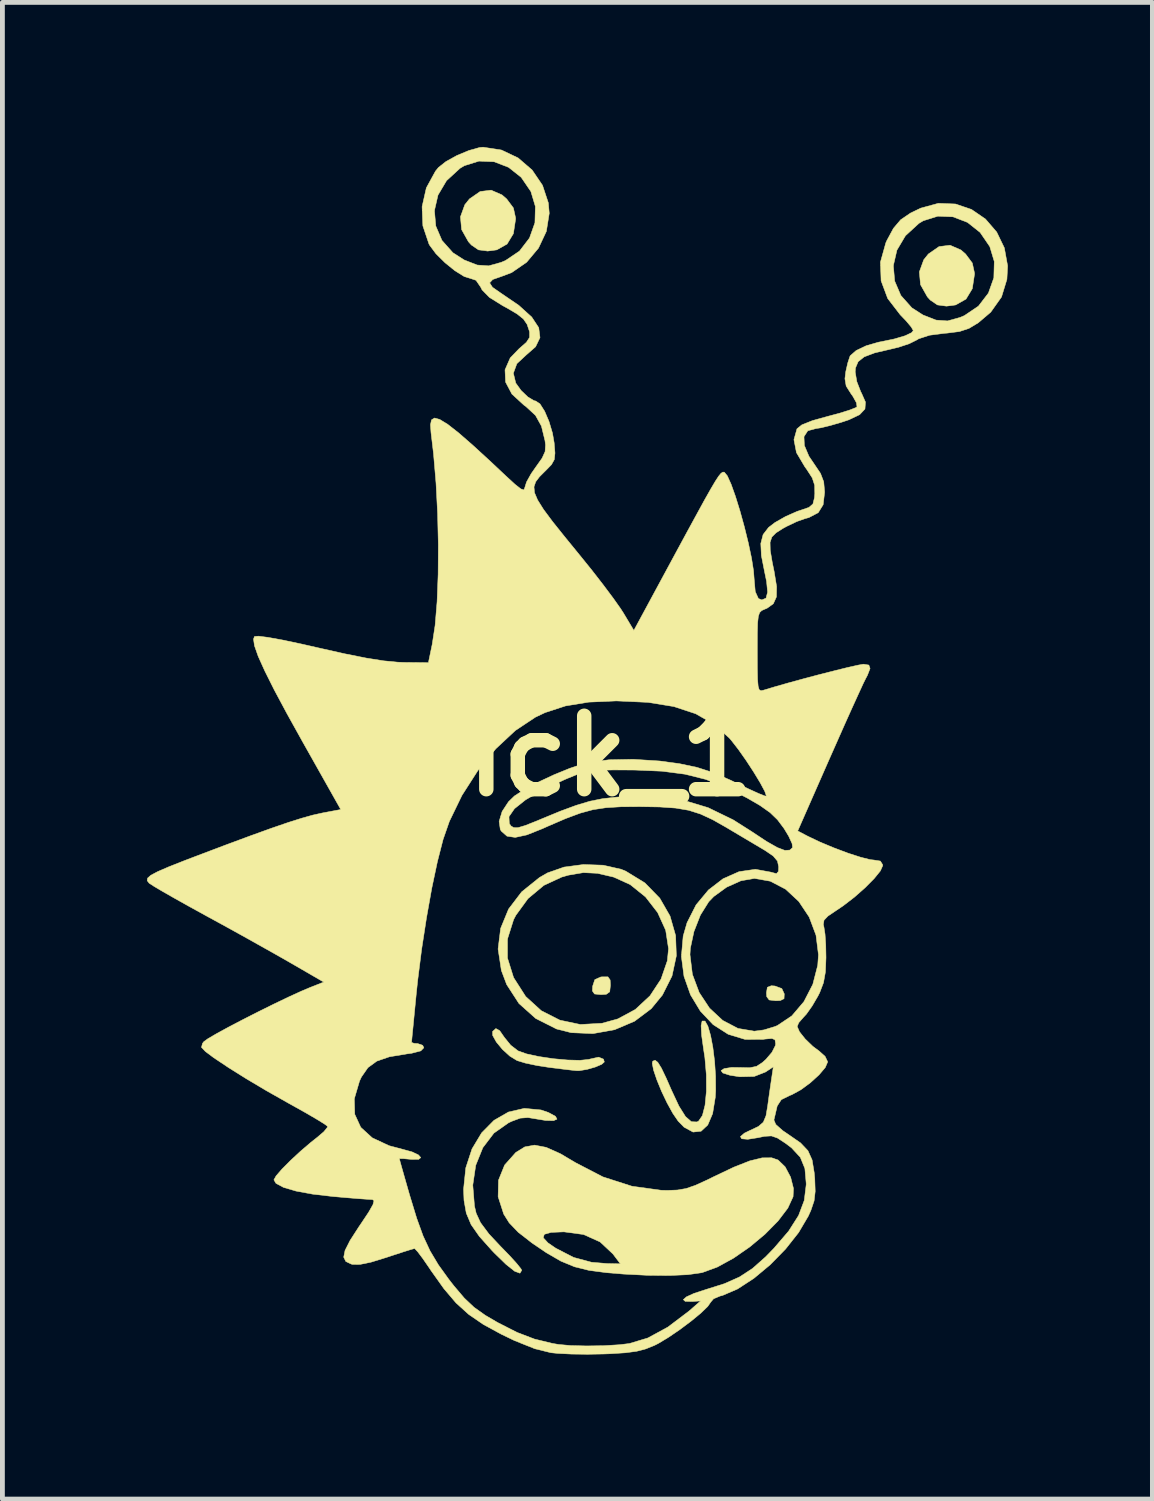
<source format=kicad_pcb>
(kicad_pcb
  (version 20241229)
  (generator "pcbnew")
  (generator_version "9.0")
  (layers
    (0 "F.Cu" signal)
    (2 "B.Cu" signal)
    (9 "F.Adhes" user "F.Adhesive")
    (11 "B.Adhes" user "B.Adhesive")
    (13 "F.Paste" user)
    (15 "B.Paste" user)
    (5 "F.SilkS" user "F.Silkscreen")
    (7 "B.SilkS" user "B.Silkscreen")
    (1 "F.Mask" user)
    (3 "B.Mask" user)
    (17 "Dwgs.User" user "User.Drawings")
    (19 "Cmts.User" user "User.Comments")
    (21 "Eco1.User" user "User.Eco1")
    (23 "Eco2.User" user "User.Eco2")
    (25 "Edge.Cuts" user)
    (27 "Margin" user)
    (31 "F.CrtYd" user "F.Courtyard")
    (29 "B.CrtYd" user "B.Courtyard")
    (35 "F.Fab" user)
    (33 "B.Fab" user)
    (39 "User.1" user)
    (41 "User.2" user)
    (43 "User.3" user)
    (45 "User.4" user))
  (footprint "Rick_1"
    (layer "F.Cu")
    (at 8.858 12.641)
    (property "Reference" "Rick_1" (at 0 0 0) (layer "F.SilkS") (effects (font (size 1.524 1.524) (thickness 0.3))))
    (attr through_hole)
    (fp_poly (pts (xy 4.175 4.774) (xy 4.319 4.827) (xy 4.37 4.937) (xy 4.365 5.038) (xy 4.288 5.076) (xy 4.195 5.08) (xy 4.057 5.064) (xy 4.006 4.995) (xy 4 4.917) (xy 4.019 4.801) (xy 4.1 4.769) (xy 4.175 4.774)) (stroke (width 0.01) (type solid)) (fill yes) (layer "F.SilkS"))
    (fp_poly (pts (xy 0.71 4.584) (xy 0.756 4.649) (xy 0.762 4.758) (xy 0.747 4.895) (xy 0.676 4.946) (xy 0.567 4.953) (xy 0.432 4.94) (xy 0.388 4.877) (xy 0.393 4.778) (xy 0.438 4.642) (xy 0.558 4.588) (xy 0.587 4.584) (xy 0.71 4.584)) (stroke (width 0.01) (type solid)) (fill yes) (layer "F.SilkS"))
    (fp_poly (pts (xy -1.489 -11.646) (xy -1.392 -11.562) (xy -1.252 -11.375) (xy -1.207 -11.169) (xy -1.206 -11.145) (xy -1.252 -10.842) (xy -1.383 -10.626) (xy -1.597 -10.505) (xy -1.788 -10.48) (xy -1.976 -10.505) (xy -2.124 -10.606) (xy -2.185 -10.673) (xy -2.327 -10.926) (xy -2.351 -11.191) (xy -2.26 -11.442) (xy -2.164 -11.562) (xy -1.942 -11.716) (xy -1.714 -11.744) (xy -1.489 -11.646)) (stroke (width 0.01) (type solid)) (fill yes) (layer "F.SilkS"))
    (fp_poly (pts (xy 8.036 -10.503) (xy 8.133 -10.419) (xy 8.273 -10.232) (xy 8.318 -10.026) (xy 8.319 -10.002) (xy 8.273 -9.699) (xy 8.142 -9.483) (xy 7.928 -9.362) (xy 7.737 -9.337) (xy 7.549 -9.362) (xy 7.401 -9.463) (xy 7.34 -9.53) (xy 7.198 -9.783) (xy 7.174 -10.048) (xy 7.265 -10.299) (xy 7.361 -10.419) (xy 7.583 -10.573) (xy 7.811 -10.601) (xy 8.036 -10.503)) (stroke (width 0.01) (type solid)) (fill yes) (layer "F.SilkS"))
    (fp_poly (pts (xy -1.537 5.701) (xy -1.439 5.842) (xy -1.308 6.003) (xy -1.155 6.121) (xy -0.977 6.184) (xy -0.721 6.239) (xy -0.426 6.283) (xy -0.13 6.31) (xy 0.129 6.317) (xy 0.312 6.298) (xy 0.341 6.29) (xy 0.517 6.251) (xy 0.618 6.292) (xy 0.635 6.351) (xy 0.58 6.4) (xy 0.445 6.457) (xy 0.277 6.505) (xy 0.12 6.531) (xy 0.064 6.532) (xy -0.043 6.521) (xy -0.237 6.498) (xy -0.477 6.468) (xy -0.503 6.465) (xy -0.767 6.424) (xy -1.008 6.373) (xy -1.175 6.322) (xy -1.177 6.321) (xy -1.327 6.229) (xy -1.479 6.09) (xy -1.606 5.937) (xy -1.682 5.8) (xy -1.684 5.718) (xy -1.616 5.657) (xy -1.537 5.701)) (stroke (width 0.01) (type solid)) (fill yes) (layer "F.SilkS"))
    (fp_poly (pts (xy -0.679 7.347) (xy -0.526 7.399) (xy -0.379 7.479) (xy -0.347 7.538) (xy -0.419 7.569) (xy -0.583 7.565) (xy -0.736 7.54) (xy -0.949 7.505) (xy -1.11 7.517) (xy -1.288 7.583) (xy -1.355 7.615) (xy -1.657 7.828) (xy -1.886 8.129) (xy -2.034 8.496) (xy -2.095 8.907) (xy -2.06 9.341) (xy -2.025 9.491) (xy -1.935 9.686) (xy -1.759 9.922) (xy -1.517 10.18) (xy -1.33 10.372) (xy -1.183 10.534) (xy -1.095 10.644) (xy -1.079 10.675) (xy -1.116 10.735) (xy -1.225 10.695) (xy -1.403 10.554) (xy -1.648 10.316) (xy -1.702 10.259) (xy -1.959 9.971) (xy -2.13 9.726) (xy -2.23 9.488) (xy -2.277 9.224) (xy -2.286 8.991) (xy -2.24 8.548) (xy -2.111 8.155) (xy -1.911 7.822) (xy -1.655 7.563) (xy -1.355 7.39) (xy -1.025 7.314) (xy -0.679 7.347)) (stroke (width 0.01) (type solid)) (fill yes) (layer "F.SilkS"))
    (fp_poly (pts (xy 2.725 5.502) (xy 2.785 5.608) (xy 2.84 5.797) (xy 2.888 6.048) (xy 2.924 6.338) (xy 2.944 6.645) (xy 2.946 6.948) (xy 2.938 7.086) (xy 2.883 7.423) (xy 2.782 7.659) (xy 2.644 7.788) (xy 2.477 7.806) (xy 2.291 7.705) (xy 2.167 7.578) (xy 2.057 7.417) (xy 1.938 7.201) (xy 1.823 6.96) (xy 1.726 6.723) (xy 1.657 6.519) (xy 1.63 6.379) (xy 1.64 6.335) (xy 1.689 6.315) (xy 1.745 6.358) (xy 1.82 6.479) (xy 1.922 6.692) (xy 2.028 6.934) (xy 2.184 7.267) (xy 2.32 7.484) (xy 2.442 7.591) (xy 2.557 7.596) (xy 2.591 7.579) (xy 2.671 7.463) (xy 2.726 7.248) (xy 2.754 6.959) (xy 2.753 6.621) (xy 2.722 6.26) (xy 2.697 6.098) (xy 2.655 5.8) (xy 2.644 5.596) (xy 2.665 5.501) (xy 2.725 5.502)) (stroke (width 0.01) (type solid)) (fill yes) (layer "F.SilkS"))
    (fp_poly (pts (xy 0.611 2.267) (xy 0.982 2.351) (xy 1.079 2.39) (xy 1.478 2.635) (xy 1.786 2.951) (xy 1.999 3.322) (xy 2.115 3.727) (xy 2.13 4.148) (xy 2.04 4.566) (xy 1.841 4.962) (xy 1.609 5.245) (xy 1.262 5.506) (xy 0.849 5.681) (xy 0.4 5.762) (xy -0.052 5.743) (xy -0.357 5.666) (xy -0.789 5.448) (xy -1.137 5.137) (xy -1.392 4.743) (xy -1.502 4.451) (xy -1.541 4.194) (xy -1.375 4.194) (xy -1.25 4.594) (xy -1.245 4.604) (xy -0.997 4.992) (xy -0.672 5.288) (xy -0.288 5.483) (xy 0.137 5.573) (xy 0.587 5.548) (xy 0.916 5.457) (xy 1.279 5.261) (xy 1.584 4.977) (xy 1.812 4.631) (xy 1.943 4.251) (xy 1.968 4) (xy 1.909 3.617) (xy 1.742 3.25) (xy 1.49 2.925) (xy 1.172 2.669) (xy 0.83 2.514) (xy 0.492 2.435) (xy 0.2 2.421) (xy -0.107 2.473) (xy -0.246 2.512) (xy -0.621 2.686) (xy -0.949 2.96) (xy -1.202 3.308) (xy -1.248 3.397) (xy -1.375 3.799) (xy -1.375 4.194) (xy -1.541 4.194) (xy -1.57 4.007) (xy -1.517 3.578) (xy -1.352 3.177) (xy -1.08 2.82) (xy -0.71 2.522) (xy -0.543 2.426) (xy -0.201 2.306) (xy 0.2 2.253) (xy 0.611 2.267)) (stroke (width 0.01) (type solid)) (fill yes) (layer "F.SilkS"))
    (fp_poly (pts (xy -0.573 8.123) (xy -0.279 8.254) (xy 0.039 8.442) (xy 0.605 8.736) (xy 1.208 8.93) (xy 1.816 9.014) (xy 1.943 9.017) (xy 2.15 9.009) (xy 2.332 8.978) (xy 2.526 8.911) (xy 2.774 8.798) (xy 2.901 8.735) (xy 3.322 8.535) (xy 3.654 8.404) (xy 3.912 8.341) (xy 4.11 8.34) (xy 4.242 8.386) (xy 4.388 8.527) (xy 4.502 8.742) (xy 4.561 8.976) (xy 4.553 9.148) (xy 4.444 9.384) (xy 4.242 9.65) (xy 3.971 9.925) (xy 3.655 10.189) (xy 3.317 10.423) (xy 2.982 10.607) (xy 2.674 10.72) (xy 2.648 10.726) (xy 2.367 10.766) (xy 1.986 10.783) (xy 1.531 10.779) (xy 1.027 10.753) (xy 0.678 10.724) (xy 0.319 10.677) (xy 0.017 10.602) (xy -0.266 10.485) (xy -0.57 10.309) (xy -0.866 10.108) (xy -1.005 9.999) (xy -0.633 9.999) (xy -0.534 10.106) (xy -0.374 10.216) (xy -0.002 10.408) (xy 0.37 10.508) (xy 0.691 10.535) (xy 0.969 10.541) (xy 0.813 10.335) (xy 0.547 10.086) (xy 0.204 9.932) (xy -0.203 9.877) (xy -0.469 9.888) (xy -0.611 9.928) (xy -0.633 9.999) (xy -1.005 9.999) (xy -1.149 9.888) (xy -1.339 9.69) (xy -1.453 9.508) (xy -1.569 9.147) (xy -1.561 8.804) (xy -1.434 8.49) (xy -1.202 8.229) (xy -1.016 8.114) (xy -0.813 8.077) (xy -0.573 8.123)) (stroke (width 0.01) (type solid)) (fill yes) (layer "F.SilkS"))
    (fp_poly (pts (xy -1.499 -12.577) (xy -1.154 -12.413) (xy -0.863 -12.162) (xy -0.648 -11.845) (xy -0.527 -11.48) (xy -0.508 -11.264) (xy -0.568 -10.889) (xy -0.731 -10.542) (xy -0.977 -10.248) (xy -1.287 -10.034) (xy -1.495 -9.955) (xy -1.681 -9.89) (xy -1.745 -9.82) (xy -1.687 -9.729) (xy -1.531 -9.62) (xy -1.141 -9.354) (xy -0.872 -9.111) (xy -0.726 -8.889) (xy -0.7 -8.684) (xy -0.792 -8.493) (xy -0.984 -8.325) (xy -1.18 -8.143) (xy -1.253 -7.945) (xy -1.203 -7.74) (xy -1.092 -7.586) (xy -0.951 -7.451) (xy -0.822 -7.374) (xy -0.79 -7.368) (xy -0.701 -7.309) (xy -0.604 -7.156) (xy -0.513 -6.943) (xy -0.441 -6.702) (xy -0.406 -6.5) (xy -0.389 -6.287) (xy -0.403 -6.153) (xy -0.462 -6.047) (xy -0.583 -5.922) (xy -0.597 -5.909) (xy -0.711 -5.795) (xy -0.789 -5.692) (xy -0.825 -5.586) (xy -0.814 -5.465) (xy -0.75 -5.314) (xy -0.628 -5.119) (xy -0.441 -4.867) (xy -0.183 -4.545) (xy 0.132 -4.159) (xy 0.379 -3.853) (xy 0.615 -3.549) (xy 0.82 -3.275) (xy 0.974 -3.057) (xy 1.03 -2.97) (xy 1.248 -2.606) (xy 2.062 -4.113) (xy 2.331 -4.61) (xy 2.547 -5.006) (xy 2.715 -5.313) (xy 2.844 -5.541) (xy 2.939 -5.702) (xy 3.007 -5.806) (xy 3.055 -5.865) (xy 3.09 -5.89) (xy 3.118 -5.892) (xy 3.126 -5.89) (xy 3.188 -5.815) (xy 3.267 -5.64) (xy 3.357 -5.388) (xy 3.451 -5.085) (xy 3.542 -4.755) (xy 3.624 -4.422) (xy 3.69 -4.11) (xy 3.732 -3.844) (xy 3.745 -3.672) (xy 3.768 -3.411) (xy 3.833 -3.268) (xy 3.905 -3.239) (xy 3.992 -3.277) (xy 4.024 -3.401) (xy 4.003 -3.621) (xy 3.962 -3.82) (xy 3.895 -4.16) (xy 3.883 -4.41) (xy 3.931 -4.596) (xy 4.044 -4.743) (xy 4.175 -4.844) (xy 4.398 -4.971) (xy 4.638 -5.077) (xy 4.714 -5.102) (xy 4.883 -5.16) (xy 4.965 -5.231) (xy 4.997 -5.36) (xy 5.004 -5.443) (xy 5.001 -5.619) (xy 4.951 -5.772) (xy 4.833 -5.954) (xy 4.798 -6.001) (xy 4.623 -6.297) (xy 4.571 -6.566) (xy 4.634 -6.791) (xy 4.735 -6.873) (xy 4.955 -6.961) (xy 5.269 -7.048) (xy 5.524 -7.116) (xy 5.729 -7.181) (xy 5.856 -7.231) (xy 5.88 -7.249) (xy 5.868 -7.332) (xy 5.793 -7.467) (xy 5.758 -7.515) (xy 5.655 -7.678) (xy 5.629 -7.831) (xy 5.647 -7.978) (xy 5.688 -8.158) (xy 5.731 -8.289) (xy 5.74 -8.308) (xy 5.862 -8.415) (xy 6.071 -8.515) (xy 6.327 -8.589) (xy 6.382 -8.599) (xy 6.659 -8.657) (xy 6.878 -8.722) (xy 7.015 -8.787) (xy 7.048 -8.83) (xy 7.007 -8.902) (xy 6.899 -9.031) (xy 6.777 -9.158) (xy 6.517 -9.496) (xy 6.38 -9.863) (xy 6.369 -10.178) (xy 6.634 -10.178) (xy 6.662 -9.857) (xy 6.79 -9.558) (xy 7.018 -9.302) (xy 7.25 -9.153) (xy 7.521 -9.047) (xy 7.759 -9.03) (xy 8.018 -9.102) (xy 8.108 -9.14) (xy 8.4 -9.337) (xy 8.607 -9.607) (xy 8.72 -9.925) (xy 8.729 -10.264) (xy 8.636 -10.573) (xy 8.435 -10.867) (xy 8.173 -11.075) (xy 7.872 -11.191) (xy 7.558 -11.204) (xy 7.255 -11.109) (xy 7.165 -11.055) (xy 6.885 -10.798) (xy 6.708 -10.499) (xy 6.634 -10.178) (xy 6.369 -10.178) (xy 6.366 -10.25) (xy 6.478 -10.651) (xy 6.5 -10.7) (xy 6.636 -10.952) (xy 6.786 -11.129) (xy 6.989 -11.268) (xy 7.203 -11.371) (xy 7.568 -11.471) (xy 7.924 -11.457) (xy 8.256 -11.344) (xy 8.546 -11.145) (xy 8.779 -10.875) (xy 8.938 -10.546) (xy 9.006 -10.172) (xy 8.991 -9.893) (xy 8.879 -9.527) (xy 8.655 -9.211) (xy 8.396 -8.991) (xy 8.204 -8.875) (xy 8.007 -8.81) (xy 7.748 -8.777) (xy 7.7 -8.774) (xy 7.385 -8.733) (xy 7.161 -8.66) (xy 7.114 -8.632) (xy 6.963 -8.557) (xy 6.743 -8.484) (xy 6.572 -8.443) (xy 6.247 -8.367) (xy 6.03 -8.285) (xy 5.903 -8.184) (xy 5.848 -8.053) (xy 5.842 -7.971) (xy 5.876 -7.77) (xy 5.958 -7.559) (xy 5.973 -7.532) (xy 6.055 -7.346) (xy 6.045 -7.202) (xy 5.934 -7.084) (xy 5.711 -6.978) (xy 5.549 -6.924) (xy 5.321 -6.858) (xy 5.131 -6.812) (xy 5.023 -6.795) (xy 4.858 -6.75) (xy 4.779 -6.628) (xy 4.787 -6.446) (xy 4.882 -6.221) (xy 4.985 -6.069) (xy 5.122 -5.866) (xy 5.189 -5.691) (xy 5.207 -5.484) (xy 5.207 -5.47) (xy 5.177 -5.215) (xy 5.075 -5.05) (xy 4.882 -4.949) (xy 4.799 -4.926) (xy 4.63 -4.866) (xy 4.422 -4.767) (xy 4.338 -4.721) (xy 4.199 -4.632) (xy 4.113 -4.546) (xy 4.075 -4.433) (xy 4.079 -4.268) (xy 4.12 -4.023) (xy 4.161 -3.824) (xy 4.211 -3.516) (xy 4.207 -3.302) (xy 4.143 -3.16) (xy 4.013 -3.067) (xy 3.965 -3.047) (xy 3.902 -3.019) (xy 3.859 -2.977) (xy 3.832 -2.899) (xy 3.817 -2.763) (xy 3.811 -2.549) (xy 3.81 -2.233) (xy 3.81 -2.156) (xy 3.811 -1.819) (xy 3.816 -1.589) (xy 3.828 -1.448) (xy 3.849 -1.376) (xy 3.884 -1.355) (xy 3.934 -1.364) (xy 4.166 -1.434) (xy 4.457 -1.517) (xy 4.782 -1.606) (xy 5.115 -1.694) (xy 5.43 -1.774) (xy 5.702 -1.841) (xy 5.904 -1.886) (xy 6.012 -1.905) (xy 6.016 -1.905) (xy 6.126 -1.887) (xy 6.151 -1.817) (xy 6.096 -1.675) (xy 6.061 -1.609) (xy 6.008 -1.502) (xy 5.914 -1.297) (xy 5.784 -1.012) (xy 5.628 -0.665) (xy 5.454 -0.272) (xy 5.305 0.064) (xy 4.649 1.556) (xy 4.857 1.665) (xy 5.111 1.786) (xy 5.401 1.907) (xy 5.694 2.017) (xy 5.957 2.102) (xy 6.156 2.152) (xy 6.225 2.159) (xy 6.365 2.181) (xy 6.413 2.258) (xy 6.413 2.277) (xy 6.365 2.385) (xy 6.236 2.544) (xy 6.049 2.733) (xy 5.827 2.929) (xy 5.592 3.11) (xy 5.448 3.207) (xy 5.276 3.323) (xy 5.195 3.409) (xy 5.181 3.497) (xy 5.194 3.555) (xy 5.216 3.697) (xy 5.231 3.919) (xy 5.236 4.175) (xy 5.236 4.191) (xy 5.224 4.484) (xy 5.184 4.706) (xy 5.105 4.912) (xy 5.068 4.985) (xy 4.95 5.187) (xy 4.83 5.357) (xy 4.769 5.423) (xy 4.672 5.534) (xy 4.638 5.614) (xy 4.686 5.725) (xy 4.805 5.874) (xy 4.962 6.026) (xy 5.096 6.126) (xy 5.218 6.236) (xy 5.27 6.346) (xy 5.271 6.349) (xy 5.221 6.466) (xy 5.091 6.619) (xy 4.912 6.782) (xy 4.714 6.928) (xy 4.527 7.03) (xy 4.487 7.045) (xy 4.309 7.133) (xy 4.224 7.263) (xy 4.217 7.292) (xy 4.179 7.455) (xy 4.155 7.556) (xy 4.194 7.648) (xy 4.338 7.776) (xy 4.466 7.863) (xy 4.708 8.031) (xy 4.861 8.192) (xy 4.948 8.385) (xy 4.992 8.651) (xy 5.003 8.775) (xy 5.012 9.037) (xy 4.989 9.235) (xy 4.923 9.43) (xy 4.869 9.55) (xy 4.668 9.891) (xy 4.396 10.235) (xy 4.078 10.56) (xy 3.738 10.843) (xy 3.4 11.063) (xy 3.091 11.196) (xy 3.036 11.21) (xy 2.903 11.266) (xy 2.845 11.334) (xy 2.781 11.426) (xy 2.636 11.566) (xy 2.434 11.732) (xy 2.202 11.906) (xy 1.967 12.066) (xy 1.754 12.194) (xy 1.673 12.235) (xy 1.494 12.307) (xy 1.306 12.356) (xy 1.073 12.387) (xy 0.761 12.407) (xy 0.625 12.412) (xy 0.288 12.418) (xy -0.045 12.414) (xy -0.329 12.4) (xy -0.471 12.386) (xy -0.807 12.303) (xy -1.227 12.135) (xy -1.505 12.001) (xy -1.877 11.798) (xy -2.179 11.591) (xy -2.442 11.353) (xy -2.694 11.057) (xy -2.965 10.676) (xy -3.002 10.62) (xy -3.133 10.43) (xy -3.239 10.289) (xy -3.299 10.225) (xy -3.304 10.223) (xy -3.377 10.243) (xy -3.541 10.294) (xy -3.767 10.368) (xy -3.891 10.409) (xy -4.209 10.507) (xy -4.435 10.553) (xy -4.592 10.552) (xy -4.617 10.546) (xy -4.73 10.492) (xy -4.774 10.402) (xy -4.746 10.262) (xy -4.642 10.056) (xy -4.459 9.772) (xy -4.416 9.709) (xy -4.255 9.467) (xy -4.167 9.312) (xy -4.145 9.229) (xy -4.179 9.207) (xy -4.283 9.201) (xy -4.483 9.187) (xy -4.749 9.165) (xy -5 9.143) (xy -5.42 9.094) (xy -5.766 9.03) (xy -6.024 8.954) (xy -6.18 8.87) (xy -6.223 8.797) (xy -6.177 8.715) (xy -6.055 8.574) (xy -5.879 8.397) (xy -5.671 8.204) (xy -5.452 8.017) (xy -5.319 7.912) (xy -5.185 7.797) (xy -5.114 7.709) (xy -5.112 7.684) (xy -5.176 7.637) (xy -5.33 7.542) (xy -5.554 7.411) (xy -5.827 7.258) (xy -5.921 7.206) (xy -6.081 7.115) (xy -4.554 7.115) (xy -4.545 7.436) (xy -4.42 7.708) (xy -4.181 7.926) (xy -3.832 8.089) (xy -3.56 8.161) (xy -3.356 8.217) (xy -3.223 8.28) (xy -3.174 8.336) (xy -3.218 8.372) (xy -3.366 8.373) (xy -3.389 8.371) (xy -3.539 8.357) (xy -3.616 8.356) (xy -3.619 8.358) (xy -3.603 8.421) (xy -3.558 8.582) (xy -3.491 8.817) (xy -3.409 9.104) (xy -3.399 9.137) (xy -3.259 9.596) (xy -3.126 9.963) (xy -2.981 10.274) (xy -2.809 10.562) (xy -2.593 10.862) (xy -2.49 10.994) (xy -2.272 11.251) (xy -2.069 11.443) (xy -1.834 11.61) (xy -1.579 11.759) (xy -1.176 11.964) (xy -0.816 12.102) (xy -0.445 12.192) (xy -0.318 12.214) (xy -0.063 12.237) (xy 0.266 12.245) (xy 0.62 12.24) (xy 0.948 12.22) (xy 1.156 12.195) (xy 1.54 12.079) (xy 1.955 11.853) (xy 2.387 11.526) (xy 2.413 11.504) (xy 2.635 11.31) (xy 2.464 11.323) (xy 2.314 11.319) (xy 2.275 11.284) (xy 2.338 11.227) (xy 2.495 11.155) (xy 2.731 11.078) (xy 3.127 10.953) (xy 3.44 10.814) (xy 3.711 10.637) (xy 3.984 10.395) (xy 4.152 10.222) (xy 4.46 9.863) (xy 4.667 9.538) (xy 4.785 9.225) (xy 4.825 8.9) (xy 4.825 8.869) (xy 4.798 8.562) (xy 4.704 8.331) (xy 4.522 8.134) (xy 4.398 8.04) (xy 4.23 7.93) (xy 4.104 7.886) (xy 3.96 7.894) (xy 3.827 7.922) (xy 3.613 7.956) (xy 3.487 7.945) (xy 3.46 7.9) (xy 3.543 7.828) (xy 3.656 7.773) (xy 3.833 7.69) (xy 3.935 7.602) (xy 3.991 7.468) (xy 4.028 7.249) (xy 4.028 7.244) (xy 4.062 6.998) (xy 4.098 6.752) (xy 4.105 6.703) (xy 4.143 6.452) (xy 3.979 6.56) (xy 3.747 6.651) (xy 3.445 6.658) (xy 3.244 6.627) (xy 3.095 6.58) (xy 3.058 6.53) (xy 3.123 6.488) (xy 3.274 6.465) (xy 3.438 6.466) (xy 3.652 6.471) (xy 3.794 6.442) (xy 3.917 6.362) (xy 3.988 6.298) (xy 4.114 6.151) (xy 4.185 6.011) (xy 4.191 5.975) (xy 4.178 5.891) (xy 4.115 5.863) (xy 3.967 5.876) (xy 3.937 5.881) (xy 3.558 5.883) (xy 3.206 5.776) (xy 2.893 5.575) (xy 2.629 5.296) (xy 2.424 4.957) (xy 2.289 4.574) (xy 2.235 4.162) (xy 2.238 4.123) (xy 2.413 4.123) (xy 2.463 4.532) (xy 2.604 4.909) (xy 2.819 5.234) (xy 3.093 5.489) (xy 3.41 5.655) (xy 3.747 5.712) (xy 3.95 5.685) (xy 4.176 5.616) (xy 4.227 5.595) (xy 4.527 5.394) (xy 4.778 5.099) (xy 4.963 4.739) (xy 5.065 4.343) (xy 5.08 4.127) (xy 5.029 3.72) (xy 4.888 3.344) (xy 4.672 3.02) (xy 4.398 2.765) (xy 4.08 2.599) (xy 3.751 2.541) (xy 3.471 2.59) (xy 3.174 2.723) (xy 2.908 2.916) (xy 2.802 3.026) (xy 2.629 3.303) (xy 2.495 3.645) (xy 2.421 3.991) (xy 2.413 4.123) (xy 2.238 4.123) (xy 2.272 3.737) (xy 2.352 3.461) (xy 2.54 3.09) (xy 2.796 2.782) (xy 3.1 2.548) (xy 3.432 2.401) (xy 3.771 2.352) (xy 4.092 2.411) (xy 4.209 2.443) (xy 4.25 2.394) (xy 4.254 2.3) (xy 4.229 2.181) (xy 4.14 2.075) (xy 3.96 1.953) (xy 3.952 1.949) (xy 3.75 1.829) (xy 3.489 1.674) (xy 3.221 1.515) (xy 3.175 1.487) (xy 2.884 1.322) (xy 2.632 1.205) (xy 2.387 1.127) (xy 2.115 1.081) (xy 1.783 1.058) (xy 1.365 1.051) (xy 0.982 1.054) (xy 0.672 1.073) (xy 0.401 1.114) (xy 0.133 1.187) (xy -0.168 1.299) (xy -0.537 1.458) (xy -0.648 1.508) (xy -0.974 1.638) (xy -1.214 1.69) (xy -1.385 1.664) (xy -1.502 1.561) (xy -1.524 1.525) (xy -1.548 1.357) (xy -1.518 1.259) (xy -1.344 1.259) (xy -1.337 1.403) (xy -1.301 1.453) (xy -1.244 1.488) (xy -1.154 1.487) (xy -1.006 1.443) (xy -0.776 1.352) (xy -0.688 1.315) (xy -0.276 1.145) (xy 0.055 1.023) (xy 0.336 0.939) (xy 0.6 0.886) (xy 0.877 0.855) (xy 1.048 0.843) (xy 1.693 0.841) (xy 2.262 0.914) (xy 2.79 1.073) (xy 3.309 1.325) (xy 3.694 1.569) (xy 4.002 1.773) (xy 4.227 1.901) (xy 4.383 1.96) (xy 4.486 1.953) (xy 4.543 1.901) (xy 4.532 1.817) (xy 4.462 1.665) (xy 4.365 1.504) (xy 4.23 1.324) (xy 4.076 1.175) (xy 3.868 1.028) (xy 3.598 0.871) (xy 3.155 0.646) (xy 2.738 0.485) (xy 2.309 0.378) (xy 1.834 0.316) (xy 1.276 0.292) (xy 1.175 0.291) (xy 0.819 0.29) (xy 0.559 0.295) (xy 0.365 0.311) (xy 0.206 0.341) (xy 0.05 0.392) (xy -0.132 0.466) (xy -0.197 0.494) (xy -0.654 0.709) (xy -0.999 0.91) (xy -1.23 1.094) (xy -1.344 1.259) (xy -1.518 1.259) (xy -1.486 1.152) (xy -1.353 0.949) (xy -1.23 0.83) (xy -1.024 0.696) (xy -0.737 0.543) (xy -0.41 0.39) (xy -0.084 0.257) (xy 0.2 0.161) (xy 0.305 0.134) (xy 0.73 0.079) (xy 1.236 0.069) (xy 1.781 0.104) (xy 2.191 0.159) (xy 2.556 0.236) (xy 2.896 0.345) (xy 3.265 0.507) (xy 3.381 0.564) (xy 3.631 0.684) (xy 3.832 0.776) (xy 3.962 0.828) (xy 4 0.833) (xy 3.964 0.73) (xy 3.869 0.553) (xy 3.735 0.332) (xy 3.579 0.093) (xy 3.419 -0.134) (xy 3.274 -0.321) (xy 3.228 -0.374) (xy 2.908 -0.662) (xy 2.53 -0.877) (xy 2.079 -1.026) (xy 1.542 -1.113) (xy 0.903 -1.142) (xy 0.885 -1.143) (xy 0.313 -1.118) (xy -0.17 -1.039) (xy -0.593 -0.901) (xy -0.794 -0.806) (xy -1.211 -0.529) (xy -1.617 -0.15) (xy -1.993 0.308) (xy -2.32 0.818) (xy -2.581 1.357) (xy -2.712 1.734) (xy -2.829 2.191) (xy -2.946 2.743) (xy -3.056 3.359) (xy -3.156 4.006) (xy -3.238 4.653) (xy -3.269 4.946) (xy -3.302 5.284) (xy -3.33 5.574) (xy -3.352 5.794) (xy -3.364 5.923) (xy -3.365 5.946) (xy -3.312 5.965) (xy -3.239 5.969) (xy -3.135 6.005) (xy -3.111 6.056) (xy -3.174 6.121) (xy -3.363 6.17) (xy -3.461 6.183) (xy -3.824 6.243) (xy -4.086 6.333) (xy -4.271 6.468) (xy -4.406 6.662) (xy -4.446 6.748) (xy -4.554 7.115) (xy -6.081 7.115) (xy -6.37 6.952) (xy -6.794 6.7) (xy -7.169 6.465) (xy -7.473 6.262) (xy -7.645 6.133) (xy -7.726 6.047) (xy -7.705 5.966) (xy -7.678 5.93) (xy -7.594 5.869) (xy -7.418 5.766) (xy -7.171 5.631) (xy -6.875 5.476) (xy -6.553 5.312) (xy -6.226 5.15) (xy -5.917 5.002) (xy -5.648 4.879) (xy -5.468 4.803) (xy -5.188 4.693) (xy -5.849 4.31) (xy -6.125 4.152) (xy -6.479 3.953) (xy -6.879 3.729) (xy -7.292 3.501) (xy -7.62 3.322) (xy -7.965 3.132) (xy -8.276 2.958) (xy -8.532 2.812) (xy -8.716 2.703) (xy -8.809 2.642) (xy -8.814 2.638) (xy -8.853 2.587) (xy -8.845 2.535) (xy -8.778 2.476) (xy -8.637 2.401) (xy -8.411 2.303) (xy -8.085 2.174) (xy -7.87 2.092) (xy -7.239 1.853) (xy -6.713 1.658) (xy -6.281 1.502) (xy -5.929 1.381) (xy -5.644 1.291) (xy -5.416 1.227) (xy -5.23 1.186) (xy -5.228 1.185) (xy -4.835 1.111) (xy -5.622 -0.286) (xy -5.951 -0.878) (xy -6.214 -1.369) (xy -6.412 -1.765) (xy -6.549 -2.069) (xy -6.626 -2.288) (xy -6.646 -2.426) (xy -6.626 -2.48) (xy -6.543 -2.487) (xy -6.347 -2.462) (xy -6.048 -2.408) (xy -5.655 -2.325) (xy -5.299 -2.244) (xy -4.751 -2.121) (xy -4.305 -2.032) (xy -3.945 -1.975) (xy -3.652 -1.947) (xy -3.524 -1.942) (xy -3.016 -1.937) (xy -2.937 -2.318) (xy -2.877 -2.71) (xy -2.836 -3.202) (xy -2.814 -3.769) (xy -2.81 -4.385) (xy -2.825 -5.026) (xy -2.858 -5.664) (xy -2.91 -6.276) (xy -2.962 -6.714) (xy -2.973 -6.875) (xy -2.952 -6.976) (xy -2.89 -7.015) (xy -2.781 -6.985) (xy -2.617 -6.885) (xy -2.391 -6.708) (xy -2.096 -6.451) (xy -1.725 -6.111) (xy -1.413 -5.817) (xy -1.218 -5.638) (xy -1.097 -5.543) (xy -1.034 -5.522) (xy -1.016 -5.567) (xy -1.016 -5.569) (xy -0.979 -5.687) (xy -0.883 -5.859) (xy -0.787 -5.997) (xy -0.656 -6.182) (xy -0.594 -6.318) (xy -0.585 -6.455) (xy -0.596 -6.544) (xy -0.67 -6.847) (xy -0.793 -7.069) (xy -0.993 -7.254) (xy -1.035 -7.284) (xy -1.283 -7.512) (xy -1.414 -7.76) (xy -1.426 -8.015) (xy -1.318 -8.262) (xy -1.134 -8.453) (xy -0.982 -8.586) (xy -0.916 -8.688) (xy -0.916 -8.796) (xy -0.921 -8.819) (xy -0.968 -8.959) (xy -1.044 -9.07) (xy -1.175 -9.175) (xy -1.386 -9.299) (xy -1.48 -9.35) (xy -1.749 -9.518) (xy -1.902 -9.674) (xy -1.93 -9.73) (xy -2.028 -9.873) (xy -2.125 -9.906) (xy -2.273 -9.952) (xy -2.466 -10.072) (xy -2.671 -10.238) (xy -2.858 -10.423) (xy -2.991 -10.602) (xy -3.005 -10.628) (xy -3.131 -11.003) (xy -3.144 -11.321) (xy -2.891 -11.321) (xy -2.863 -11) (xy -2.735 -10.701) (xy -2.507 -10.445) (xy -2.275 -10.296) (xy -2.004 -10.19) (xy -1.766 -10.173) (xy -1.507 -10.245) (xy -1.417 -10.283) (xy -1.125 -10.48) (xy -0.918 -10.75) (xy -0.805 -11.068) (xy -0.796 -11.406) (xy -0.889 -11.716) (xy -1.09 -12.01) (xy -1.352 -12.218) (xy -1.653 -12.334) (xy -1.967 -12.347) (xy -2.27 -12.252) (xy -2.36 -12.198) (xy -2.64 -11.941) (xy -2.817 -11.642) (xy -2.891 -11.321) (xy -3.144 -11.321) (xy -3.147 -11.402) (xy -3.059 -11.792) (xy -2.869 -12.139) (xy -2.807 -12.215) (xy -2.653 -12.337) (xy -2.426 -12.463) (xy -2.176 -12.567) (xy -1.955 -12.629) (xy -1.881 -12.636) (xy -1.499 -12.577)) (stroke (width 0.01) (type solid)) (fill yes) (layer "F.SilkS")))
  (gr_rect
    (start -3 -3)
    (end 20.869 28.064)
    (stroke (width 0.1) (type default))
    (fill no)
    (layer "Edge.Cuts")))
</source>
